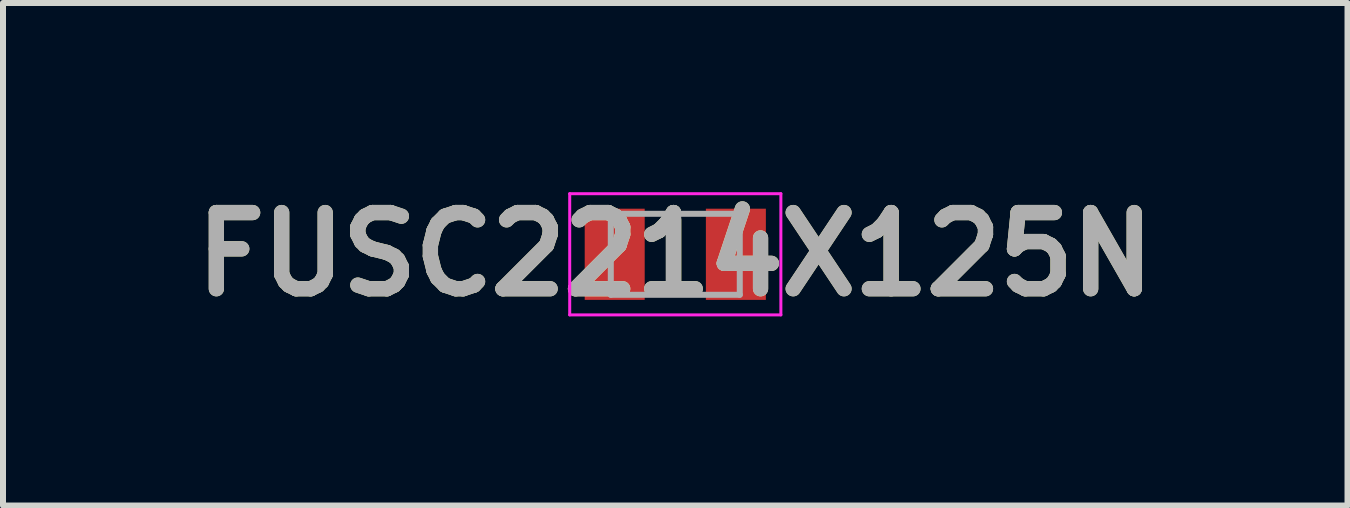
<source format=kicad_pcb>
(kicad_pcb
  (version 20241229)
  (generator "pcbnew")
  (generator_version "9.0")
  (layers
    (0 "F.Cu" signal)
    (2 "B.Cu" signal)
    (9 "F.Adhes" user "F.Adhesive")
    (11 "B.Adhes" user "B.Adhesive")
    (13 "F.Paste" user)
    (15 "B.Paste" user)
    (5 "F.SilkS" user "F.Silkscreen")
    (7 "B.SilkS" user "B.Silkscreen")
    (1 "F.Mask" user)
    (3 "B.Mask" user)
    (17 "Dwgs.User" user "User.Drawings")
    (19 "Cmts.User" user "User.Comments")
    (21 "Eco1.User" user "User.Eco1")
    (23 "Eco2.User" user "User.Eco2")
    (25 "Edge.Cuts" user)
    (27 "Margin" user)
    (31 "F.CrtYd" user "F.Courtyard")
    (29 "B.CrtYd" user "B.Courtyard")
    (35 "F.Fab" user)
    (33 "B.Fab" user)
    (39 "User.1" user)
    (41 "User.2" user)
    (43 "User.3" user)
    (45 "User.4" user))
  (footprint "FUSC2214X125N"
    (layer "F.Cu")
    (at 8.207 1.189)
    (property "Reference" "FUSC2214X125N" (at 0 0 0) (layer "F.SilkS") (effects (font (size 1.27 1.27) (thickness 0.254))))
    (attr smd)
    (fp_line (start 0 -0.575) (end 0 0.575) (stroke (width 0.2) (type solid)) (layer "F.SilkS"))
    (fp_line (start -1.76 -1.01) (end 1.76 -1.01) (stroke (width 0.05) (type solid)) (layer "F.CrtYd"))
    (fp_line (start -1.76 1.01) (end -1.76 -1.01) (stroke (width 0.05) (type solid)) (layer "F.CrtYd"))
    (fp_line (start 1.76 -1.01) (end 1.76 1.01) (stroke (width 0.05) (type solid)) (layer "F.CrtYd"))
    (fp_line (start 1.76 1.01) (end -1.76 1.01) (stroke (width 0.05) (type solid)) (layer "F.CrtYd"))
    (fp_line (start -1.075 -0.675) (end 1.075 -0.675) (stroke (width 0.1) (type solid)) (layer "F.Fab"))
    (fp_line (start -1.075 0.675) (end -1.075 -0.675) (stroke (width 0.1) (type solid)) (layer "F.Fab"))
    (fp_line (start 1.075 -0.675) (end 1.075 0.675) (stroke (width 0.1) (type solid)) (layer "F.Fab"))
    (fp_line (start 1.075 0.675) (end -1.075 0.675) (stroke (width 0.1) (type solid)) (layer "F.Fab"))
    (fp_text user "${REFERENCE}" (at 0 0 0) (layer "F.Fab") (effects (font (size 1.27 1.27) (thickness 0.254))))
    (pad "1" smd rect (at -1.01 0) (size 1 1.52) (layers "F.Cu" "F.Mask" "F.Paste"))
    (pad "2" smd rect (at 1.01 0) (size 1 1.52) (layers "F.Cu" "F.Mask" "F.Paste")))
  (gr_rect
    (start -3 -3)
    (end 19.413 5.377)
    (stroke (width 0.1) (type default))
    (fill no)
    (layer "Edge.Cuts")))
</source>
